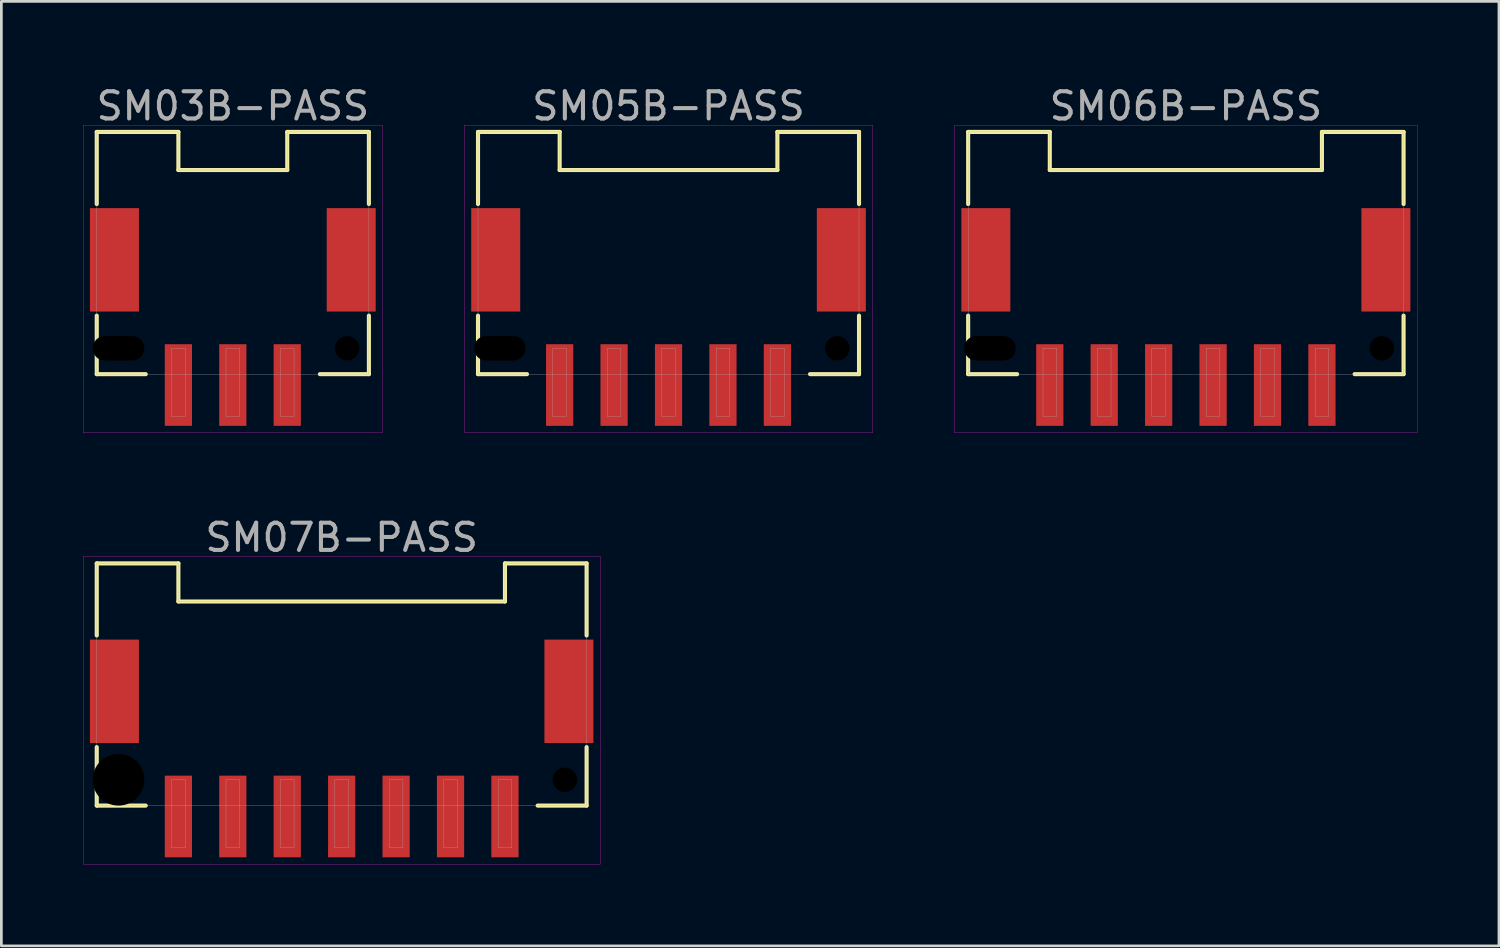
<source format=kicad_pcb>
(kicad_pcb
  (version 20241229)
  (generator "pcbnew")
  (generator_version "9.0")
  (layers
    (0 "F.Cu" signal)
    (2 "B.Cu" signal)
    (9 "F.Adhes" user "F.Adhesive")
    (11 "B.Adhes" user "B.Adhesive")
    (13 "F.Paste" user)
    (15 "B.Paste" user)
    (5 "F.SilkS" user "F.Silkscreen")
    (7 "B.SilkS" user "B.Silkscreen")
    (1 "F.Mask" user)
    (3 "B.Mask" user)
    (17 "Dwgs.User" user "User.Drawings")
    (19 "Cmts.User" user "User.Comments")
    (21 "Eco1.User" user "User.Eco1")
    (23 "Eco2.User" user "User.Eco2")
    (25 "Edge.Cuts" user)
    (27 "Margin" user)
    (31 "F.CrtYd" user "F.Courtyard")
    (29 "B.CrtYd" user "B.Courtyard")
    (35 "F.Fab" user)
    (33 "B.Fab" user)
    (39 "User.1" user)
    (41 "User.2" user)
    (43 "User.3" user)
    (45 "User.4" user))
  (footprint "SM05B-PASS"
    (layer "F.Cu")
    (at 21.515 9.748)
    (property "Reference" "SM05B-PASS" (at 0 -8.9 0) (layer "F.Fab") (effects (font (size 1 1) (thickness 0.15))))
    (attr through_hole)
    (fp_line (start -7 -7.95) (end -7 -5.3) (stroke (width 0.15) (type solid)) (layer "F.SilkS"))
    (fp_line (start -7 -7.95) (end -4 -7.95) (stroke (width 0.15) (type solid)) (layer "F.SilkS"))
    (fp_line (start -7 0.95) (end -7 -1.2) (stroke (width 0.15) (type solid)) (layer "F.SilkS"))
    (fp_line (start -7 0.95) (end -5.2 0.95) (stroke (width 0.15) (type solid)) (layer "F.SilkS"))
    (fp_line (start -4 -7.95) (end -4 -6.55) (stroke (width 0.15) (type solid)) (layer "F.SilkS"))
    (fp_line (start -4 -6.55) (end 4 -6.55) (stroke (width 0.15) (type solid)) (layer "F.SilkS"))
    (fp_line (start 4 -7.95) (end 7 -7.95) (stroke (width 0.15) (type solid)) (layer "F.SilkS"))
    (fp_line (start 4 -6.55) (end 4 -7.95) (stroke (width 0.15) (type solid)) (layer "F.SilkS"))
    (fp_line (start 7 -7.95) (end 7 -5.3) (stroke (width 0.15) (type solid)) (layer "F.SilkS"))
    (fp_line (start 7 0.95) (end 5.2 0.95) (stroke (width 0.15) (type solid)) (layer "F.SilkS"))
    (fp_line (start 7 0.95) (end 7 -1.2) (stroke (width 0.15) (type solid)) (layer "F.SilkS"))
    (fp_line (start -7.5 -8.2) (end 7.5 -8.2) (stroke (width 0.01) (type solid)) (layer "F.CrtYd"))
    (fp_line (start -7.5 3.1) (end -7.5 -8.2) (stroke (width 0.01) (type solid)) (layer "F.CrtYd"))
    (fp_line (start 7.5 -8.2) (end 7.5 3.1) (stroke (width 0.01) (type solid)) (layer "F.CrtYd"))
    (fp_line (start 7.5 3.1) (end -7.5 3.1) (stroke (width 0.01) (type solid)) (layer "F.CrtYd"))
    (fp_line (start -7 -7.95) (end -4 -7.95) (stroke (width 0.01) (type solid)) (layer "F.Fab"))
    (fp_line (start -7 0.95) (end -7 -7.95) (stroke (width 0.01) (type solid)) (layer "F.Fab"))
    (fp_line (start -4.25 0) (end -3.75 0) (stroke (width 0.01) (type solid)) (layer "F.Fab"))
    (fp_line (start -4.25 2.5) (end -4.25 0) (stroke (width 0.01) (type solid)) (layer "F.Fab"))
    (fp_line (start -4 -7.95) (end -4 -6.55) (stroke (width 0.01) (type solid)) (layer "F.Fab"))
    (fp_line (start -4 -6.55) (end 4 -6.55) (stroke (width 0.01) (type solid)) (layer "F.Fab"))
    (fp_line (start -3.75 0) (end -3.75 2.5) (stroke (width 0.01) (type solid)) (layer "F.Fab"))
    (fp_line (start -3.75 2.5) (end -4.25 2.5) (stroke (width 0.01) (type solid)) (layer "F.Fab"))
    (fp_line (start -2.25 0) (end -1.75 0) (stroke (width 0.01) (type solid)) (layer "F.Fab"))
    (fp_line (start -2.25 2.5) (end -2.25 0) (stroke (width 0.01) (type solid)) (layer "F.Fab"))
    (fp_line (start -1.75 0) (end -1.75 2.5) (stroke (width 0.01) (type solid)) (layer "F.Fab"))
    (fp_line (start -1.75 2.5) (end -2.25 2.5) (stroke (width 0.01) (type solid)) (layer "F.Fab"))
    (fp_line (start -0.25 0) (end 0.25 0) (stroke (width 0.01) (type solid)) (layer "F.Fab"))
    (fp_line (start -0.25 2.5) (end -0.25 0) (stroke (width 0.01) (type solid)) (layer "F.Fab"))
    (fp_line (start 0.25 0) (end 0.25 2.5) (stroke (width 0.01) (type solid)) (layer "F.Fab"))
    (fp_line (start 0.25 2.5) (end -0.25 2.5) (stroke (width 0.01) (type solid)) (layer "F.Fab"))
    (fp_line (start 1.75 0) (end 2.25 0) (stroke (width 0.01) (type solid)) (layer "F.Fab"))
    (fp_line (start 1.75 2.5) (end 1.75 0) (stroke (width 0.01) (type solid)) (layer "F.Fab"))
    (fp_line (start 2.25 0) (end 2.25 2.5) (stroke (width 0.01) (type solid)) (layer "F.Fab"))
    (fp_line (start 2.25 2.5) (end 1.75 2.5) (stroke (width 0.01) (type solid)) (layer "F.Fab"))
    (fp_line (start 3.75 0) (end 4.25 0) (stroke (width 0.01) (type solid)) (layer "F.Fab"))
    (fp_line (start 3.75 2.5) (end 3.75 0) (stroke (width 0.01) (type solid)) (layer "F.Fab"))
    (fp_line (start 4 -7.95) (end 7 -7.95) (stroke (width 0.01) (type solid)) (layer "F.Fab"))
    (fp_line (start 4 -6.55) (end 4 -7.95) (stroke (width 0.01) (type solid)) (layer "F.Fab"))
    (fp_line (start 4.25 0) (end 4.25 2.5) (stroke (width 0.01) (type solid)) (layer "F.Fab"))
    (fp_line (start 4.25 2.5) (end 3.75 2.5) (stroke (width 0.01) (type solid)) (layer "F.Fab"))
    (fp_line (start 7 -7.95) (end 7 0.95) (stroke (width 0.01) (type solid)) (layer "F.Fab"))
    (fp_line (start 7 0.95) (end -7 0.95) (stroke (width 0.01) (type solid)) (layer "F.Fab"))
    (pad "" smd rect (at -6.35 -3.25) (size 1.8 3.8) (layers "F.Cu" "F.Mask" "F.Paste"))
    (pad "" np_thru_hole oval (at -6.2 0) (size 1.9 0.9) (drill oval 1.9 0.9) (layers "*.Mask"))
    (pad "" np_thru_hole circle (at 6.2 0) (size 0.9 0.9) (drill 0.9) (layers "*.Mask"))
    (pad "" smd rect (at 6.35 -3.25) (size 1.8 3.8) (layers "F.Cu" "F.Mask" "F.Paste"))
    (pad "1" smd rect (at 4 1.35) (size 1 3) (layers "F.Cu" "F.Mask" "F.Paste"))
    (pad "2" smd rect (at 2 1.35) (size 1 3) (layers "F.Cu" "F.Mask" "F.Paste"))
    (pad "3" smd rect (at 0 1.35) (size 1 3) (layers "F.Cu" "F.Mask" "F.Paste"))
    (pad "4" smd rect (at -2 1.35) (size 1 3) (layers "F.Cu" "F.Mask" "F.Paste"))
    (pad "5" smd rect (at -4 1.35) (size 1 3) (layers "F.Cu" "F.Mask" "F.Paste")))
  (footprint "SM03B-PASS"
    (layer "F.Cu")
    (at 5.505 9.748)
    (property "Reference" "SM03B-PASS" (at 0 -8.9 0) (layer "F.Fab") (effects (font (size 1 1) (thickness 0.15))))
    (attr through_hole)
    (fp_line (start -5 -7.95) (end -5 -5.3) (stroke (width 0.15) (type solid)) (layer "F.SilkS"))
    (fp_line (start -5 -7.95) (end -2 -7.95) (stroke (width 0.15) (type solid)) (layer "F.SilkS"))
    (fp_line (start -5 0.95) (end -5 -1.2) (stroke (width 0.15) (type solid)) (layer "F.SilkS"))
    (fp_line (start -5 0.95) (end -3.2 0.95) (stroke (width 0.15) (type solid)) (layer "F.SilkS"))
    (fp_line (start -2 -7.95) (end -2 -6.55) (stroke (width 0.15) (type solid)) (layer "F.SilkS"))
    (fp_line (start -2 -6.55) (end 2 -6.55) (stroke (width 0.15) (type solid)) (layer "F.SilkS"))
    (fp_line (start 2 -7.95) (end 5 -7.95) (stroke (width 0.15) (type solid)) (layer "F.SilkS"))
    (fp_line (start 2 -6.55) (end 2 -7.95) (stroke (width 0.15) (type solid)) (layer "F.SilkS"))
    (fp_line (start 5 -7.95) (end 5 -5.3) (stroke (width 0.15) (type solid)) (layer "F.SilkS"))
    (fp_line (start 5 0.95) (end 3.2 0.95) (stroke (width 0.15) (type solid)) (layer "F.SilkS"))
    (fp_line (start 5 0.95) (end 5 -1.2) (stroke (width 0.15) (type solid)) (layer "F.SilkS"))
    (fp_line (start -5.5 -8.2) (end 5.5 -8.2) (stroke (width 0.01) (type solid)) (layer "F.CrtYd"))
    (fp_line (start -5.5 3.1) (end -5.5 -8.2) (stroke (width 0.01) (type solid)) (layer "F.CrtYd"))
    (fp_line (start 5.5 -8.2) (end 5.5 3.1) (stroke (width 0.01) (type solid)) (layer "F.CrtYd"))
    (fp_line (start 5.5 3.1) (end -5.5 3.1) (stroke (width 0.01) (type solid)) (layer "F.CrtYd"))
    (fp_line (start -5 -7.95) (end -2 -7.95) (stroke (width 0.01) (type solid)) (layer "F.Fab"))
    (fp_line (start -5 0.95) (end -5 -7.95) (stroke (width 0.01) (type solid)) (layer "F.Fab"))
    (fp_line (start -2.25 0) (end -1.75 0) (stroke (width 0.01) (type solid)) (layer "F.Fab"))
    (fp_line (start -2.25 2.5) (end -2.25 0) (stroke (width 0.01) (type solid)) (layer "F.Fab"))
    (fp_line (start -2 -7.95) (end -2 -6.55) (stroke (width 0.01) (type solid)) (layer "F.Fab"))
    (fp_line (start -2 -6.55) (end 2 -6.55) (stroke (width 0.01) (type solid)) (layer "F.Fab"))
    (fp_line (start -1.75 0) (end -1.75 2.5) (stroke (width 0.01) (type solid)) (layer "F.Fab"))
    (fp_line (start -1.75 2.5) (end -2.25 2.5) (stroke (width 0.01) (type solid)) (layer "F.Fab"))
    (fp_line (start -0.25 0) (end 0.25 0) (stroke (width 0.01) (type solid)) (layer "F.Fab"))
    (fp_line (start -0.25 2.5) (end -0.25 0) (stroke (width 0.01) (type solid)) (layer "F.Fab"))
    (fp_line (start 0.25 0) (end 0.25 2.5) (stroke (width 0.01) (type solid)) (layer "F.Fab"))
    (fp_line (start 0.25 2.5) (end -0.25 2.5) (stroke (width 0.01) (type solid)) (layer "F.Fab"))
    (fp_line (start 1.75 0) (end 2.25 0) (stroke (width 0.01) (type solid)) (layer "F.Fab"))
    (fp_line (start 1.75 2.5) (end 1.75 0) (stroke (width 0.01) (type solid)) (layer "F.Fab"))
    (fp_line (start 2 -7.95) (end 5 -7.95) (stroke (width 0.01) (type solid)) (layer "F.Fab"))
    (fp_line (start 2 -6.55) (end 2 -7.95) (stroke (width 0.01) (type solid)) (layer "F.Fab"))
    (fp_line (start 2.25 0) (end 2.25 2.5) (stroke (width 0.01) (type solid)) (layer "F.Fab"))
    (fp_line (start 2.25 2.5) (end 1.75 2.5) (stroke (width 0.01) (type solid)) (layer "F.Fab"))
    (fp_line (start 5 -7.95) (end 5 0.95) (stroke (width 0.01) (type solid)) (layer "F.Fab"))
    (fp_line (start 5 0.95) (end -5 0.95) (stroke (width 0.01) (type solid)) (layer "F.Fab"))
    (pad "" smd rect (at -4.35 -3.25) (size 1.8 3.8) (layers "F.Cu" "F.Mask" "F.Paste"))
    (pad "" np_thru_hole oval (at -4.2 0) (size 1.9 0.9) (drill oval 1.9 0.9) (layers "*.Mask"))
    (pad "" np_thru_hole circle (at 4.2 0) (size 0.9 0.9) (drill 0.9) (layers "*.Mask"))
    (pad "" smd rect (at 4.35 -3.25) (size 1.8 3.8) (layers "F.Cu" "F.Mask" "F.Paste"))
    (pad "1" smd rect (at 2 1.35) (size 1 3) (layers "F.Cu" "F.Mask" "F.Paste"))
    (pad "2" smd rect (at 0 1.35) (size 1 3) (layers "F.Cu" "F.Mask" "F.Paste"))
    (pad "3" smd rect (at -2 1.35) (size 1 3) (layers "F.Cu" "F.Mask" "F.Paste")))
  (footprint "SM06B-PASS"
    (layer "F.Cu")
    (at 40.525 9.748)
    (property "Reference" "SM06B-PASS" (at 0 -8.9 0) (layer "F.Fab") (effects (font (size 1 1) (thickness 0.15))))
    (attr through_hole)
    (fp_line (start -8 -7.95) (end -8 -5.3) (stroke (width 0.15) (type solid)) (layer "F.SilkS"))
    (fp_line (start -8 -7.95) (end -5 -7.95) (stroke (width 0.15) (type solid)) (layer "F.SilkS"))
    (fp_line (start -8 0.95) (end -8 -1.2) (stroke (width 0.15) (type solid)) (layer "F.SilkS"))
    (fp_line (start -8 0.95) (end -6.2 0.95) (stroke (width 0.15) (type solid)) (layer "F.SilkS"))
    (fp_line (start -5 -7.95) (end -5 -6.55) (stroke (width 0.15) (type solid)) (layer "F.SilkS"))
    (fp_line (start -5 -6.55) (end 5 -6.55) (stroke (width 0.15) (type solid)) (layer "F.SilkS"))
    (fp_line (start 5 -7.95) (end 8 -7.95) (stroke (width 0.15) (type solid)) (layer "F.SilkS"))
    (fp_line (start 5 -6.55) (end 5 -7.95) (stroke (width 0.15) (type solid)) (layer "F.SilkS"))
    (fp_line (start 8 -7.95) (end 8 -5.3) (stroke (width 0.15) (type solid)) (layer "F.SilkS"))
    (fp_line (start 8 0.95) (end 6.2 0.95) (stroke (width 0.15) (type solid)) (layer "F.SilkS"))
    (fp_line (start 8 0.95) (end 8 -1.2) (stroke (width 0.15) (type solid)) (layer "F.SilkS"))
    (fp_line (start -8.5 -8.2) (end 8.5 -8.2) (stroke (width 0.01) (type solid)) (layer "F.CrtYd"))
    (fp_line (start -8.5 3.1) (end -8.5 -8.2) (stroke (width 0.01) (type solid)) (layer "F.CrtYd"))
    (fp_line (start 8.5 -8.2) (end 8.5 3.1) (stroke (width 0.01) (type solid)) (layer "F.CrtYd"))
    (fp_line (start 8.5 3.1) (end -8.5 3.1) (stroke (width 0.01) (type solid)) (layer "F.CrtYd"))
    (fp_line (start -8 -7.95) (end -5 -7.95) (stroke (width 0.01) (type solid)) (layer "F.Fab"))
    (fp_line (start -8 0.95) (end -8 -7.95) (stroke (width 0.01) (type solid)) (layer "F.Fab"))
    (fp_line (start -5.25 0) (end -4.75 0) (stroke (width 0.01) (type solid)) (layer "F.Fab"))
    (fp_line (start -5.25 2.5) (end -5.25 0) (stroke (width 0.01) (type solid)) (layer "F.Fab"))
    (fp_line (start -5 -7.95) (end -5 -6.55) (stroke (width 0.01) (type solid)) (layer "F.Fab"))
    (fp_line (start -5 -6.55) (end 5 -6.55) (stroke (width 0.01) (type solid)) (layer "F.Fab"))
    (fp_line (start -4.75 0) (end -4.75 2.5) (stroke (width 0.01) (type solid)) (layer "F.Fab"))
    (fp_line (start -4.75 2.5) (end -5.25 2.5) (stroke (width 0.01) (type solid)) (layer "F.Fab"))
    (fp_line (start -3.25 0) (end -2.75 0) (stroke (width 0.01) (type solid)) (layer "F.Fab"))
    (fp_line (start -3.25 2.5) (end -3.25 0) (stroke (width 0.01) (type solid)) (layer "F.Fab"))
    (fp_line (start -2.75 0) (end -2.75 2.5) (stroke (width 0.01) (type solid)) (layer "F.Fab"))
    (fp_line (start -2.75 2.5) (end -3.25 2.5) (stroke (width 0.01) (type solid)) (layer "F.Fab"))
    (fp_line (start -1.25 0) (end -0.75 0) (stroke (width 0.01) (type solid)) (layer "F.Fab"))
    (fp_line (start -1.25 2.5) (end -1.25 0) (stroke (width 0.01) (type solid)) (layer "F.Fab"))
    (fp_line (start -0.75 0) (end -0.75 2.5) (stroke (width 0.01) (type solid)) (layer "F.Fab"))
    (fp_line (start -0.75 2.5) (end -1.25 2.5) (stroke (width 0.01) (type solid)) (layer "F.Fab"))
    (fp_line (start 0.75 0) (end 1.25 0) (stroke (width 0.01) (type solid)) (layer "F.Fab"))
    (fp_line (start 0.75 2.5) (end 0.75 0) (stroke (width 0.01) (type solid)) (layer "F.Fab"))
    (fp_line (start 1.25 0) (end 1.25 2.5) (stroke (width 0.01) (type solid)) (layer "F.Fab"))
    (fp_line (start 1.25 2.5) (end 0.75 2.5) (stroke (width 0.01) (type solid)) (layer "F.Fab"))
    (fp_line (start 2.75 0) (end 3.25 0) (stroke (width 0.01) (type solid)) (layer "F.Fab"))
    (fp_line (start 2.75 2.5) (end 2.75 0) (stroke (width 0.01) (type solid)) (layer "F.Fab"))
    (fp_line (start 3.25 0) (end 3.25 2.5) (stroke (width 0.01) (type solid)) (layer "F.Fab"))
    (fp_line (start 3.25 2.5) (end 2.75 2.5) (stroke (width 0.01) (type solid)) (layer "F.Fab"))
    (fp_line (start 4.75 0) (end 5.25 0) (stroke (width 0.01) (type solid)) (layer "F.Fab"))
    (fp_line (start 4.75 2.5) (end 4.75 0) (stroke (width 0.01) (type solid)) (layer "F.Fab"))
    (fp_line (start 5 -7.95) (end 8 -7.95) (stroke (width 0.01) (type solid)) (layer "F.Fab"))
    (fp_line (start 5 -6.55) (end 5 -7.95) (stroke (width 0.01) (type solid)) (layer "F.Fab"))
    (fp_line (start 5.25 0) (end 5.25 2.5) (stroke (width 0.01) (type solid)) (layer "F.Fab"))
    (fp_line (start 5.25 2.5) (end 4.75 2.5) (stroke (width 0.01) (type solid)) (layer "F.Fab"))
    (fp_line (start 8 -7.95) (end 8 0.95) (stroke (width 0.01) (type solid)) (layer "F.Fab"))
    (fp_line (start 8 0.95) (end -8 0.95) (stroke (width 0.01) (type solid)) (layer "F.Fab"))
    (pad "" smd rect (at -7.35 -3.25) (size 1.8 3.8) (layers "F.Cu" "F.Mask" "F.Paste"))
    (pad "" np_thru_hole oval (at -7.2 0) (size 1.9 0.9) (drill oval 1.9 0.9) (layers "*.Mask"))
    (pad "" np_thru_hole circle (at 7.2 0) (size 0.9 0.9) (drill 0.9) (layers "*.Mask"))
    (pad "" smd rect (at 7.35 -3.25) (size 1.8 3.8) (layers "F.Cu" "F.Mask" "F.Paste"))
    (pad "1" smd rect (at 5 1.35) (size 1 3) (layers "F.Cu" "F.Mask" "F.Paste"))
    (pad "2" smd rect (at 3 1.35) (size 1 3) (layers "F.Cu" "F.Mask" "F.Paste"))
    (pad "3" smd rect (at 1 1.35) (size 1 3) (layers "F.Cu" "F.Mask" "F.Paste"))
    (pad "4" smd rect (at -1 1.35) (size 1 3) (layers "F.Cu" "F.Mask" "F.Paste"))
    (pad "5" smd rect (at -3 1.35) (size 1 3) (layers "F.Cu" "F.Mask" "F.Paste"))
    (pad "6" smd rect (at -5 1.35) (size 1 3) (layers "F.Cu" "F.Mask" "F.Paste")))
  (footprint "SM07B-PASS"
    (layer "F.Cu")
    (at 9.505 25.602)
    (property "Reference" "SM07B-PASS" (at 0 -8.9 0) (layer "F.Fab") (effects (font (size 1 1) (thickness 0.15))))
    (attr through_hole)
    (fp_line (start -9 -7.95) (end -9 -5.3) (stroke (width 0.15) (type solid)) (layer "F.SilkS"))
    (fp_line (start -9 -7.95) (end -6 -7.95) (stroke (width 0.15) (type solid)) (layer "F.SilkS"))
    (fp_line (start -9 0.95) (end -9 -1.2) (stroke (width 0.15) (type solid)) (layer "F.SilkS"))
    (fp_line (start -9 0.95) (end -7.2 0.95) (stroke (width 0.15) (type solid)) (layer "F.SilkS"))
    (fp_line (start -6 -7.95) (end -6 -6.55) (stroke (width 0.15) (type solid)) (layer "F.SilkS"))
    (fp_line (start -6 -6.55) (end 6 -6.55) (stroke (width 0.15) (type solid)) (layer "F.SilkS"))
    (fp_line (start 6 -7.95) (end 9 -7.95) (stroke (width 0.15) (type solid)) (layer "F.SilkS"))
    (fp_line (start 6 -6.55) (end 6 -7.95) (stroke (width 0.15) (type solid)) (layer "F.SilkS"))
    (fp_line (start 9 -7.95) (end 9 -5.3) (stroke (width 0.15) (type solid)) (layer "F.SilkS"))
    (fp_line (start 9 0.95) (end 7.2 0.95) (stroke (width 0.15) (type solid)) (layer "F.SilkS"))
    (fp_line (start 9 0.95) (end 9 -1.2) (stroke (width 0.15) (type solid)) (layer "F.SilkS"))
    (fp_line (start -9.5 -8.2) (end 9.5 -8.2) (stroke (width 0.01) (type solid)) (layer "F.CrtYd"))
    (fp_line (start -9.5 3.1) (end -9.5 -8.2) (stroke (width 0.01) (type solid)) (layer "F.CrtYd"))
    (fp_line (start 9.5 -8.2) (end 9.5 3.1) (stroke (width 0.01) (type solid)) (layer "F.CrtYd"))
    (fp_line (start 9.5 3.1) (end -9.5 3.1) (stroke (width 0.01) (type solid)) (layer "F.CrtYd"))
    (fp_line (start -9 -7.95) (end -6 -7.95) (stroke (width 0.01) (type solid)) (layer "F.Fab"))
    (fp_line (start -9 0.95) (end -9 -7.95) (stroke (width 0.01) (type solid)) (layer "F.Fab"))
    (fp_line (start -6.25 0) (end -5.75 0) (stroke (width 0.01) (type solid)) (layer "F.Fab"))
    (fp_line (start -6.25 2.5) (end -6.25 0) (stroke (width 0.01) (type solid)) (layer "F.Fab"))
    (fp_line (start -6 -7.95) (end -6 -6.55) (stroke (width 0.01) (type solid)) (layer "F.Fab"))
    (fp_line (start -6 -6.55) (end 6 -6.55) (stroke (width 0.01) (type solid)) (layer "F.Fab"))
    (fp_line (start -5.75 0) (end -5.75 2.5) (stroke (width 0.01) (type solid)) (layer "F.Fab"))
    (fp_line (start -5.75 2.5) (end -6.25 2.5) (stroke (width 0.01) (type solid)) (layer "F.Fab"))
    (fp_line (start -4.25 0) (end -3.75 0) (stroke (width 0.01) (type solid)) (layer "F.Fab"))
    (fp_line (start -4.25 2.5) (end -4.25 0) (stroke (width 0.01) (type solid)) (layer "F.Fab"))
    (fp_line (start -3.75 0) (end -3.75 2.5) (stroke (width 0.01) (type solid)) (layer "F.Fab"))
    (fp_line (start -3.75 2.5) (end -4.25 2.5) (stroke (width 0.01) (type solid)) (layer "F.Fab"))
    (fp_line (start -2.25 0) (end -1.75 0) (stroke (width 0.01) (type solid)) (layer "F.Fab"))
    (fp_line (start -2.25 2.5) (end -2.25 0) (stroke (width 0.01) (type solid)) (layer "F.Fab"))
    (fp_line (start -1.75 0) (end -1.75 2.5) (stroke (width 0.01) (type solid)) (layer "F.Fab"))
    (fp_line (start -1.75 2.5) (end -2.25 2.5) (stroke (width 0.01) (type solid)) (layer "F.Fab"))
    (fp_line (start -0.25 0) (end 0.25 0) (stroke (width 0.01) (type solid)) (layer "F.Fab"))
    (fp_line (start -0.25 2.5) (end -0.25 0) (stroke (width 0.01) (type solid)) (layer "F.Fab"))
    (fp_line (start 0.25 0) (end 0.25 2.5) (stroke (width 0.01) (type solid)) (layer "F.Fab"))
    (fp_line (start 0.25 2.5) (end -0.25 2.5) (stroke (width 0.01) (type solid)) (layer "F.Fab"))
    (fp_line (start 1.75 0) (end 2.25 0) (stroke (width 0.01) (type solid)) (layer "F.Fab"))
    (fp_line (start 1.75 2.5) (end 1.75 0) (stroke (width 0.01) (type solid)) (layer "F.Fab"))
    (fp_line (start 2.25 0) (end 2.25 2.5) (stroke (width 0.01) (type solid)) (layer "F.Fab"))
    (fp_line (start 2.25 2.5) (end 1.75 2.5) (stroke (width 0.01) (type solid)) (layer "F.Fab"))
    (fp_line (start 3.75 0) (end 4.25 0) (stroke (width 0.01) (type solid)) (layer "F.Fab"))
    (fp_line (start 3.75 2.5) (end 3.75 0) (stroke (width 0.01) (type solid)) (layer "F.Fab"))
    (fp_line (start 4.25 0) (end 4.25 2.5) (stroke (width 0.01) (type solid)) (layer "F.Fab"))
    (fp_line (start 4.25 2.5) (end 3.75 2.5) (stroke (width 0.01) (type solid)) (layer "F.Fab"))
    (fp_line (start 5.75 0) (end 6.25 0) (stroke (width 0.01) (type solid)) (layer "F.Fab"))
    (fp_line (start 5.75 2.5) (end 5.75 0) (stroke (width 0.01) (type solid)) (layer "F.Fab"))
    (fp_line (start 6 -7.95) (end 9 -7.95) (stroke (width 0.01) (type solid)) (layer "F.Fab"))
    (fp_line (start 6 -6.55) (end 6 -7.95) (stroke (width 0.01) (type solid)) (layer "F.Fab"))
    (fp_line (start 6.25 0) (end 6.25 2.5) (stroke (width 0.01) (type solid)) (layer "F.Fab"))
    (fp_line (start 6.25 2.5) (end 5.75 2.5) (stroke (width 0.01) (type solid)) (layer "F.Fab"))
    (fp_line (start 9 -7.95) (end 9 0.95) (stroke (width 0.01) (type solid)) (layer "F.Fab"))
    (fp_line (start 9 0.95) (end -9 0.95) (stroke (width 0.01) (type solid)) (layer "F.Fab"))
    (pad "" smd rect (at -8.35 -3.25) (size 1.8 3.8) (layers "F.Cu" "F.Mask" "F.Paste"))
    (pad "" np_thru_hole circle (at -8.2 0) (size 1.9 1.9) (drill 1.9) (layers "*.Mask"))
    (pad "" np_thru_hole circle (at 8.2 0) (size 0.9 0.9) (drill 0.9) (layers "*.Mask"))
    (pad "" smd rect (at 8.35 -3.25) (size 1.8 3.8) (layers "F.Cu" "F.Mask" "F.Paste"))
    (pad "1" smd rect (at 6 1.35) (size 1 3) (layers "F.Cu" "F.Mask" "F.Paste"))
    (pad "2" smd rect (at 4 1.35) (size 1 3) (layers "F.Cu" "F.Mask" "F.Paste"))
    (pad "3" smd rect (at 2 1.35) (size 1 3) (layers "F.Cu" "F.Mask" "F.Paste"))
    (pad "4" smd rect (at 0 1.35) (size 1 3) (layers "F.Cu" "F.Mask" "F.Paste"))
    (pad "5" smd rect (at -2 1.35) (size 1 3) (layers "F.Cu" "F.Mask" "F.Paste"))
    (pad "6" smd rect (at -4 1.35) (size 1 3) (layers "F.Cu" "F.Mask" "F.Paste"))
    (pad "7" smd rect (at -6 1.35) (size 1 3) (layers "F.Cu" "F.Mask" "F.Paste")))
  (gr_rect
    (start -3 -3)
    (end 52.03 31.706)
    (stroke (width 0.1) (type default))
    (fill no)
    (layer "Edge.Cuts")))
</source>
